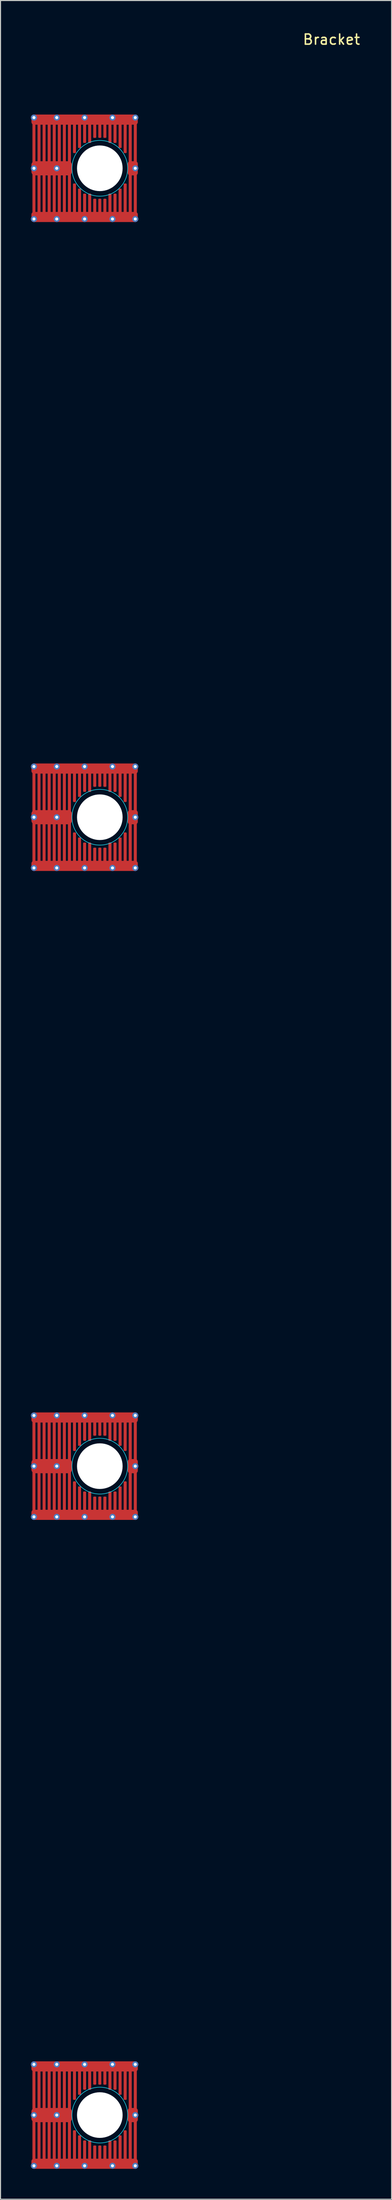
<source format=kicad_pcb>
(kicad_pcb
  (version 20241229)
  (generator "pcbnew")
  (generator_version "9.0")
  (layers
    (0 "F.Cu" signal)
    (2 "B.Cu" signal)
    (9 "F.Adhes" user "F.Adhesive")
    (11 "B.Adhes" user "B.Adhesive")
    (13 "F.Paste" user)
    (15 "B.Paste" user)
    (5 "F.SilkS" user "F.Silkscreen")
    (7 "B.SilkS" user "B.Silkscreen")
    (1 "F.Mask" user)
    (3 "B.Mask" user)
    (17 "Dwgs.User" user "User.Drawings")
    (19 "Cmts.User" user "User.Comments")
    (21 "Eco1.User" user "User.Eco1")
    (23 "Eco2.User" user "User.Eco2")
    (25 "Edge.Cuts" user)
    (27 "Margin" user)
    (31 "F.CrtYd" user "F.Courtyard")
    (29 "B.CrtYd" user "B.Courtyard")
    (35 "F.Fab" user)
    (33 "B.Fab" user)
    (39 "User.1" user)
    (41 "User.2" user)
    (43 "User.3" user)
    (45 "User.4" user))
  (footprint "Bracket"
    (layer "F.Cu")
    (at 6.8 13.548)
    (property "Reference" "Bracket" (at 22.86 -12.7 0) (unlocked yes) (layer "F.SilkS") (effects (font (size 1 1) (thickness 0.15))))
    (attr through_hole)
    (fp_circle (center 0 0) (end 2.75 0) (stroke (width 0.05) (type default)) (fill no) (layer "B.CrtYd"))
    (fp_circle (center 0 64) (end 2.75 64) (stroke (width 0.05) (type default)) (fill no) (layer "B.CrtYd"))
    (fp_circle (center 0 128) (end 2.75 128) (stroke (width 0.05) (type default)) (fill no) (layer "B.CrtYd"))
    (fp_circle (center 0 192) (end 2.75 192) (stroke (width 0.05) (type default)) (fill no) (layer "B.CrtYd"))
    (pad "" np_thru_hole circle (at 0 0) (size 4.5 4.5) (drill 4.5) (layers "*.Cu" "*.Mask"))
    (pad "" np_thru_hole circle (at 0 64) (size 4.5 4.5) (drill 4.5) (layers "*.Cu" "*.Mask"))
    (pad "" np_thru_hole circle (at 0 128) (size 4.5 4.5) (drill 4.5) (layers "*.Cu" "*.Mask"))
    (pad "" np_thru_hole circle (at 0 192) (size 4.5 4.5) (drill 4.5) (layers "*.Cu" "*.Mask"))
    (pad "1" thru_hole circle (at -6.5 -5) (size 0.6 0.6) (drill 0.3) (layers "*.Cu" "*.Mask"))
    (pad "1" smd roundrect (at -6.5 -2.5) (size 0.3 4) (layers "F.Cu" "F.Mask") (roundrect_rratio 0.25))
    (pad "1" thru_hole circle (at -6.5 0) (size 0.6 0.6) (drill 0.3) (layers "*.Cu" "*.Mask"))
    (pad "1" smd roundrect (at -6.5 2.5 180) (size 0.3 4) (layers "F.Cu" "F.Mask") (roundrect_rratio 0.25))
    (pad "1" thru_hole circle (at -6.5 5) (size 0.6 0.6) (drill 0.3) (layers "*.Cu" "*.Mask"))
    (pad "1" thru_hole circle (at -6.5 59) (size 0.6 0.6) (drill 0.3) (layers "*.Cu" "*.Mask"))
    (pad "1" smd roundrect (at -6.5 61.5) (size 0.3 4) (layers "F.Cu" "F.Mask") (roundrect_rratio 0.25))
    (pad "1" thru_hole circle (at -6.5 64) (size 0.6 0.6) (drill 0.3) (layers "*.Cu" "*.Mask"))
    (pad "1" smd roundrect (at -6.5 66.5 180) (size 0.3 4) (layers "F.Cu" "F.Mask") (roundrect_rratio 0.25))
    (pad "1" thru_hole circle (at -6.5 69) (size 0.6 0.6) (drill 0.3) (layers "*.Cu" "*.Mask"))
    (pad "1" thru_hole circle (at -6.5 123) (size 0.6 0.6) (drill 0.3) (layers "*.Cu" "*.Mask"))
    (pad "1" smd roundrect (at -6.5 125.5) (size 0.3 4) (layers "F.Cu" "F.Mask") (roundrect_rratio 0.25))
    (pad "1" thru_hole circle (at -6.5 128) (size 0.6 0.6) (drill 0.3) (layers "*.Cu" "*.Mask"))
    (pad "1" smd roundrect (at -6.5 130.5 180) (size 0.3 4) (layers "F.Cu" "F.Mask") (roundrect_rratio 0.25))
    (pad "1" thru_hole circle (at -6.5 133) (size 0.6 0.6) (drill 0.3) (layers "*.Cu" "*.Mask"))
    (pad "1" thru_hole circle (at -6.5 187) (size 0.6 0.6) (drill 0.3) (layers "*.Cu" "*.Mask"))
    (pad "1" smd roundrect (at -6.5 189.5) (size 0.3 4) (layers "F.Cu" "F.Mask") (roundrect_rratio 0.25))
    (pad "1" thru_hole circle (at -6.5 192) (size 0.6 0.6) (drill 0.3) (layers "*.Cu" "*.Mask"))
    (pad "1" smd roundrect (at -6.5 194.5 180) (size 0.3 4) (layers "F.Cu" "F.Mask") (roundrect_rratio 0.25))
    (pad "1" thru_hole circle (at -6.5 197) (size 0.6 0.6) (drill 0.3) (layers "*.Cu" "*.Mask"))
    (pad "1" smd roundrect (at -6 -2.5) (size 0.3 4) (layers "F.Cu" "F.Mask") (roundrect_rratio 0.25))
    (pad "1" smd roundrect (at -6 2.5 180) (size 0.3 4) (layers "F.Cu" "F.Mask") (roundrect_rratio 0.25))
    (pad "1" smd roundrect (at -6 61.5) (size 0.3 4) (layers "F.Cu" "F.Mask") (roundrect_rratio 0.25))
    (pad "1" smd roundrect (at -6 66.5 180) (size 0.3 4) (layers "F.Cu" "F.Mask") (roundrect_rratio 0.25))
    (pad "1" smd roundrect (at -6 125.5) (size 0.3 4) (layers "F.Cu" "F.Mask") (roundrect_rratio 0.25))
    (pad "1" smd roundrect (at -6 130.5 180) (size 0.3 4) (layers "F.Cu" "F.Mask") (roundrect_rratio 0.25))
    (pad "1" smd roundrect (at -6 189.5) (size 0.3 4) (layers "F.Cu" "F.Mask") (roundrect_rratio 0.25))
    (pad "1" smd roundrect (at -6 194.5 180) (size 0.3 4) (layers "F.Cu" "F.Mask") (roundrect_rratio 0.25))
    (pad "1" smd roundrect (at -5.5 -2.5) (size 0.3 4) (layers "F.Cu" "F.Mask") (roundrect_rratio 0.25))
    (pad "1" smd roundrect (at -5.5 2.5 180) (size 0.3 4) (layers "F.Cu" "F.Mask") (roundrect_rratio 0.25))
    (pad "1" smd roundrect (at -5.5 61.5) (size 0.3 4) (layers "F.Cu" "F.Mask") (roundrect_rratio 0.25))
    (pad "1" smd roundrect (at -5.5 66.5 180) (size 0.3 4) (layers "F.Cu" "F.Mask") (roundrect_rratio 0.25))
    (pad "1" smd roundrect (at -5.5 125.5) (size 0.3 4) (layers "F.Cu" "F.Mask") (roundrect_rratio 0.25))
    (pad "1" smd roundrect (at -5.5 130.5 180) (size 0.3 4) (layers "F.Cu" "F.Mask") (roundrect_rratio 0.25))
    (pad "1" smd roundrect (at -5.5 189.5) (size 0.3 4) (layers "F.Cu" "F.Mask") (roundrect_rratio 0.25))
    (pad "1" smd roundrect (at -5.5 194.5 180) (size 0.3 4) (layers "F.Cu" "F.Mask") (roundrect_rratio 0.25))
    (pad "1" smd roundrect (at -5 -2.5) (size 0.3 4) (layers "F.Cu" "F.Mask") (roundrect_rratio 0.25))
    (pad "1" smd roundrect (at -5 2.5 180) (size 0.3 4) (layers "F.Cu" "F.Mask") (roundrect_rratio 0.25))
    (pad "1" smd roundrect (at -5 61.5) (size 0.3 4) (layers "F.Cu" "F.Mask") (roundrect_rratio 0.25))
    (pad "1" smd roundrect (at -5 66.5 180) (size 0.3 4) (layers "F.Cu" "F.Mask") (roundrect_rratio 0.25))
    (pad "1" smd roundrect (at -5 125.5) (size 0.3 4) (layers "F.Cu" "F.Mask") (roundrect_rratio 0.25))
    (pad "1" smd roundrect (at -5 130.5 180) (size 0.3 4) (layers "F.Cu" "F.Mask") (roundrect_rratio 0.25))
    (pad "1" smd roundrect (at -5 189.5) (size 0.3 4) (layers "F.Cu" "F.Mask") (roundrect_rratio 0.25))
    (pad "1" smd roundrect (at -5 194.5 180) (size 0.3 4) (layers "F.Cu" "F.Mask") (roundrect_rratio 0.25))
    (pad "1" smd roundrect (at -4.75 0 180) (size 4 1.4) (layers "F.Cu") (roundrect_rratio 0.25))
    (pad "1" smd roundrect (at -4.75 64 180) (size 4 1.4) (layers "F.Cu") (roundrect_rratio 0.25))
    (pad "1" smd roundrect (at -4.75 128 180) (size 4 1.4) (layers "F.Cu") (roundrect_rratio 0.25))
    (pad "1" smd roundrect (at -4.75 192 180) (size 4 1.4) (layers "F.Cu") (roundrect_rratio 0.25))
    (pad "1" smd roundrect (at -4.5 -2.5) (size 0.3 4) (layers "F.Cu" "F.Mask") (roundrect_rratio 0.25))
    (pad "1" smd roundrect (at -4.5 2.5 180) (size 0.3 4) (layers "F.Cu" "F.Mask") (roundrect_rratio 0.25))
    (pad "1" smd roundrect (at -4.5 61.5) (size 0.3 4) (layers "F.Cu" "F.Mask") (roundrect_rratio 0.25))
    (pad "1" smd roundrect (at -4.5 66.5 180) (size 0.3 4) (layers "F.Cu" "F.Mask") (roundrect_rratio 0.25))
    (pad "1" smd roundrect (at -4.5 125.5) (size 0.3 4) (layers "F.Cu" "F.Mask") (roundrect_rratio 0.25))
    (pad "1" smd roundrect (at -4.5 130.5 180) (size 0.3 4) (layers "F.Cu" "F.Mask") (roundrect_rratio 0.25))
    (pad "1" smd roundrect (at -4.5 189.5) (size 0.3 4) (layers "F.Cu" "F.Mask") (roundrect_rratio 0.25))
    (pad "1" smd roundrect (at -4.5 194.5 180) (size 0.3 4) (layers "F.Cu" "F.Mask") (roundrect_rratio 0.25))
    (pad "1" thru_hole circle (at -4.25 -5) (size 0.6 0.6) (drill 0.3) (layers "*.Cu" "*.Mask"))
    (pad "1" thru_hole circle (at -4.25 0) (size 0.6 0.6) (drill 0.3) (layers "*.Cu" "*.Mask"))
    (pad "1" thru_hole circle (at -4.25 5) (size 0.6 0.6) (drill 0.3) (layers "*.Cu" "*.Mask"))
    (pad "1" thru_hole circle (at -4.25 59) (size 0.6 0.6) (drill 0.3) (layers "*.Cu" "*.Mask"))
    (pad "1" thru_hole circle (at -4.25 64) (size 0.6 0.6) (drill 0.3) (layers "*.Cu" "*.Mask"))
    (pad "1" thru_hole circle (at -4.25 69) (size 0.6 0.6) (drill 0.3) (layers "*.Cu" "*.Mask"))
    (pad "1" thru_hole circle (at -4.25 123) (size 0.6 0.6) (drill 0.3) (layers "*.Cu" "*.Mask"))
    (pad "1" thru_hole circle (at -4.25 128) (size 0.6 0.6) (drill 0.3) (layers "*.Cu" "*.Mask"))
    (pad "1" thru_hole circle (at -4.25 133) (size 0.6 0.6) (drill 0.3) (layers "*.Cu" "*.Mask"))
    (pad "1" thru_hole circle (at -4.25 187) (size 0.6 0.6) (drill 0.3) (layers "*.Cu" "*.Mask"))
    (pad "1" thru_hole circle (at -4.25 192) (size 0.6 0.6) (drill 0.3) (layers "*.Cu" "*.Mask"))
    (pad "1" thru_hole circle (at -4.25 197) (size 0.6 0.6) (drill 0.3) (layers "*.Cu" "*.Mask"))
    (pad "1" smd roundrect (at -4 -2.5) (size 0.3 4) (layers "F.Cu" "F.Mask") (roundrect_rratio 0.25))
    (pad "1" smd roundrect (at -4 2.5 180) (size 0.3 4) (layers "F.Cu" "F.Mask") (roundrect_rratio 0.25))
    (pad "1" smd roundrect (at -4 61.5) (size 0.3 4) (layers "F.Cu" "F.Mask") (roundrect_rratio 0.25))
    (pad "1" smd roundrect (at -4 66.5 180) (size 0.3 4) (layers "F.Cu" "F.Mask") (roundrect_rratio 0.25))
    (pad "1" smd roundrect (at -4 125.5) (size 0.3 4) (layers "F.Cu" "F.Mask") (roundrect_rratio 0.25))
    (pad "1" smd roundrect (at -4 130.5 180) (size 0.3 4) (layers "F.Cu" "F.Mask") (roundrect_rratio 0.25))
    (pad "1" smd roundrect (at -4 189.5) (size 0.3 4) (layers "F.Cu" "F.Mask") (roundrect_rratio 0.25))
    (pad "1" smd roundrect (at -4 194.5 180) (size 0.3 4) (layers "F.Cu" "F.Mask") (roundrect_rratio 0.25))
    (pad "1" smd roundrect (at -3.5 -2.5) (size 0.3 4) (layers "F.Cu" "F.Mask") (roundrect_rratio 0.25))
    (pad "1" smd roundrect (at -3.5 2.5 180) (size 0.3 4) (layers "F.Cu" "F.Mask") (roundrect_rratio 0.25))
    (pad "1" smd roundrect (at -3.5 61.5) (size 0.3 4) (layers "F.Cu" "F.Mask") (roundrect_rratio 0.25))
    (pad "1" smd roundrect (at -3.5 66.5 180) (size 0.3 4) (layers "F.Cu" "F.Mask") (roundrect_rratio 0.25))
    (pad "1" smd roundrect (at -3.5 125.5) (size 0.3 4) (layers "F.Cu" "F.Mask") (roundrect_rratio 0.25))
    (pad "1" smd roundrect (at -3.5 130.5 180) (size 0.3 4) (layers "F.Cu" "F.Mask") (roundrect_rratio 0.25))
    (pad "1" smd roundrect (at -3.5 189.5) (size 0.3 4) (layers "F.Cu" "F.Mask") (roundrect_rratio 0.25))
    (pad "1" smd roundrect (at -3.5 194.5 180) (size 0.3 4) (layers "F.Cu" "F.Mask") (roundrect_rratio 0.25))
    (pad "1" smd roundrect (at -3 -2.5) (size 0.3 4) (layers "F.Cu" "F.Mask") (roundrect_rratio 0.25))
    (pad "1" smd roundrect (at -3 2.5 180) (size 0.3 4) (layers "F.Cu" "F.Mask") (roundrect_rratio 0.25))
    (pad "1" smd roundrect (at -3 61.5) (size 0.3 4) (layers "F.Cu" "F.Mask") (roundrect_rratio 0.25))
    (pad "1" smd roundrect (at -3 66.5 180) (size 0.3 4) (layers "F.Cu" "F.Mask") (roundrect_rratio 0.25))
    (pad "1" smd roundrect (at -3 125.5) (size 0.3 4) (layers "F.Cu" "F.Mask") (roundrect_rratio 0.25))
    (pad "1" smd roundrect (at -3 130.5 180) (size 0.3 4) (layers "F.Cu" "F.Mask") (roundrect_rratio 0.25))
    (pad "1" smd roundrect (at -3 189.5) (size 0.3 4) (layers "F.Cu" "F.Mask") (roundrect_rratio 0.25))
    (pad "1" smd roundrect (at -3 194.5 180) (size 0.3 4) (layers "F.Cu" "F.Mask") (roundrect_rratio 0.25))
    (pad "1" smd roundrect (at -2.5 -3 180) (size 0.3 3) (layers "F.Cu" "F.Mask") (roundrect_rratio 0.25))
    (pad "1" smd roundrect (at -2.5 3) (size 0.3 3) (layers "F.Cu" "F.Mask") (roundrect_rratio 0.25))
    (pad "1" smd roundrect (at -2.5 61 180) (size 0.3 3) (layers "F.Cu" "F.Mask") (roundrect_rratio 0.25))
    (pad "1" smd roundrect (at -2.5 67) (size 0.3 3) (layers "F.Cu" "F.Mask") (roundrect_rratio 0.25))
    (pad "1" smd roundrect (at -2.5 125 180) (size 0.3 3) (layers "F.Cu" "F.Mask") (roundrect_rratio 0.25))
    (pad "1" smd roundrect (at -2.5 131) (size 0.3 3) (layers "F.Cu" "F.Mask") (roundrect_rratio 0.25))
    (pad "1" smd roundrect (at -2.5 189 180) (size 0.3 3) (layers "F.Cu" "F.Mask") (roundrect_rratio 0.25))
    (pad "1" smd roundrect (at -2.5 195) (size 0.3 3) (layers "F.Cu" "F.Mask") (roundrect_rratio 0.25))
    (pad "1" smd roundrect (at -2 -3.25 180) (size 0.3 2.5) (layers "F.Cu" "F.Mask") (roundrect_rratio 0.25))
    (pad "1" smd roundrect (at -2 3.25) (size 0.3 2.5) (layers "F.Cu" "F.Mask") (roundrect_rratio 0.25))
    (pad "1" smd roundrect (at -2 60.75 180) (size 0.3 2.5) (layers "F.Cu" "F.Mask") (roundrect_rratio 0.25))
    (pad "1" smd roundrect (at -2 67.25) (size 0.3 2.5) (layers "F.Cu" "F.Mask") (roundrect_rratio 0.25))
    (pad "1" smd roundrect (at -2 124.75 180) (size 0.3 2.5) (layers "F.Cu" "F.Mask") (roundrect_rratio 0.25))
    (pad "1" smd roundrect (at -2 131.25) (size 0.3 2.5) (layers "F.Cu" "F.Mask") (roundrect_rratio 0.25))
    (pad "1" smd roundrect (at -2 188.75 180) (size 0.3 2.5) (layers "F.Cu" "F.Mask") (roundrect_rratio 0.25))
    (pad "1" smd roundrect (at -2 195.25) (size 0.3 2.5) (layers "F.Cu" "F.Mask") (roundrect_rratio 0.25))
    (pad "1" thru_hole circle (at -1.5 -5) (size 0.6 0.6) (drill 0.3) (layers "*.Cu" "*.Mask"))
    (pad "1" smd roundrect (at -1.5 -5) (size 10.5 1) (drill (offset 0 0.2)) (layers "F.Cu") (roundrect_rratio 0.25))
    (pad "1" smd roundrect (at -1.5 -3.5 180) (size 0.3 2) (layers "F.Cu" "F.Mask") (roundrect_rratio 0.25))
    (pad "1" smd roundrect (at -1.5 3.5) (size 0.3 2) (layers "F.Cu" "F.Mask") (roundrect_rratio 0.25))
    (pad "1" thru_hole circle (at -1.5 5) (size 0.6 0.6) (drill 0.3) (layers "*.Cu" "*.Mask"))
    (pad "1" smd roundrect (at -1.5 5 180) (size 10.5 1) (drill (offset 0 0.2)) (layers "F.Cu") (roundrect_rratio 0.25))
    (pad "1" thru_hole circle (at -1.5 59) (size 0.6 0.6) (drill 0.3) (layers "*.Cu" "*.Mask"))
    (pad "1" smd roundrect (at -1.5 59) (size 10.5 1) (drill (offset 0 0.2)) (layers "F.Cu") (roundrect_rratio 0.25))
    (pad "1" smd roundrect (at -1.5 60.5 180) (size 0.3 2) (layers "F.Cu" "F.Mask") (roundrect_rratio 0.25))
    (pad "1" smd roundrect (at -1.5 67.5) (size 0.3 2) (layers "F.Cu" "F.Mask") (roundrect_rratio 0.25))
    (pad "1" thru_hole circle (at -1.5 69) (size 0.6 0.6) (drill 0.3) (layers "*.Cu" "*.Mask"))
    (pad "1" smd roundrect (at -1.5 69 180) (size 10.5 1) (drill (offset 0 0.2)) (layers "F.Cu") (roundrect_rratio 0.25))
    (pad "1" thru_hole circle (at -1.5 123) (size 0.6 0.6) (drill 0.3) (layers "*.Cu" "*.Mask"))
    (pad "1" smd roundrect (at -1.5 123) (size 10.5 1) (drill (offset 0 0.2)) (layers "F.Cu") (roundrect_rratio 0.25))
    (pad "1" smd roundrect (at -1.5 124.5 180) (size 0.3 2) (layers "F.Cu" "F.Mask") (roundrect_rratio 0.25))
    (pad "1" smd roundrect (at -1.5 131.5) (size 0.3 2) (layers "F.Cu" "F.Mask") (roundrect_rratio 0.25))
    (pad "1" thru_hole circle (at -1.5 133) (size 0.6 0.6) (drill 0.3) (layers "*.Cu" "*.Mask"))
    (pad "1" smd roundrect (at -1.5 133 180) (size 10.5 1) (drill (offset 0 0.2)) (layers "F.Cu") (roundrect_rratio 0.25))
    (pad "1" thru_hole circle (at -1.5 187) (size 0.6 0.6) (drill 0.3) (layers "*.Cu" "*.Mask"))
    (pad "1" smd roundrect (at -1.5 187) (size 10.5 1) (drill (offset 0 0.2)) (layers "F.Cu") (roundrect_rratio 0.25))
    (pad "1" smd roundrect (at -1.5 188.5 180) (size 0.3 2) (layers "F.Cu" "F.Mask") (roundrect_rratio 0.25))
    (pad "1" smd roundrect (at -1.5 195.5) (size 0.3 2) (layers "F.Cu" "F.Mask") (roundrect_rratio 0.25))
    (pad "1" thru_hole circle (at -1.5 197) (size 0.6 0.6) (drill 0.3) (layers "*.Cu" "*.Mask"))
    (pad "1" smd roundrect (at -1.5 197 180) (size 10.5 1) (drill (offset 0 0.2)) (layers "F.Cu") (roundrect_rratio 0.25))
    (pad "1" smd roundrect (at -1 -3.5 180) (size 0.3 2) (layers "F.Cu" "F.Mask") (roundrect_rratio 0.25))
    (pad "1" smd roundrect (at -1 3.5) (size 0.3 2) (layers "F.Cu" "F.Mask") (roundrect_rratio 0.25))
    (pad "1" smd roundrect (at -1 60.5 180) (size 0.3 2) (layers "F.Cu" "F.Mask") (roundrect_rratio 0.25))
    (pad "1" smd roundrect (at -1 67.5) (size 0.3 2) (layers "F.Cu" "F.Mask") (roundrect_rratio 0.25))
    (pad "1" smd roundrect (at -1 124.5 180) (size 0.3 2) (layers "F.Cu" "F.Mask") (roundrect_rratio 0.25))
    (pad "1" smd roundrect (at -1 131.5) (size 0.3 2) (layers "F.Cu" "F.Mask") (roundrect_rratio 0.25))
    (pad "1" smd roundrect (at -1 188.5 180) (size 0.3 2) (layers "F.Cu" "F.Mask") (roundrect_rratio 0.25))
    (pad "1" smd roundrect (at -1 195.5) (size 0.3 2) (layers "F.Cu" "F.Mask") (roundrect_rratio 0.25))
    (pad "1" smd roundrect (at -0.5 -3.75 180) (size 0.3 1.5) (layers "F.Cu" "F.Mask") (roundrect_rratio 0.25))
    (pad "1" smd roundrect (at -0.5 3.75) (size 0.3 1.5) (layers "F.Cu" "F.Mask") (roundrect_rratio 0.25))
    (pad "1" smd roundrect (at -0.5 60.25 180) (size 0.3 1.5) (layers "F.Cu" "F.Mask") (roundrect_rratio 0.25))
    (pad "1" smd roundrect (at -0.5 67.75) (size 0.3 1.5) (layers "F.Cu" "F.Mask") (roundrect_rratio 0.25))
    (pad "1" smd roundrect (at -0.5 124.25 180) (size 0.3 1.5) (layers "F.Cu" "F.Mask") (roundrect_rratio 0.25))
    (pad "1" smd roundrect (at -0.5 131.75) (size 0.3 1.5) (layers "F.Cu" "F.Mask") (roundrect_rratio 0.25))
    (pad "1" smd roundrect (at -0.5 188.25 180) (size 0.3 1.5) (layers "F.Cu" "F.Mask") (roundrect_rratio 0.25))
    (pad "1" smd roundrect (at -0.5 195.75) (size 0.3 1.5) (layers "F.Cu" "F.Mask") (roundrect_rratio 0.25))
    (pad "1" smd roundrect (at 0 -3.75 180) (size 0.3 1.5) (layers "F.Cu" "F.Mask") (roundrect_rratio 0.25))
    (pad "1" smd roundrect (at 0 3.75) (size 0.3 1.5) (layers "F.Cu" "F.Mask") (roundrect_rratio 0.25))
    (pad "1" smd roundrect (at 0 60.25 180) (size 0.3 1.5) (layers "F.Cu" "F.Mask") (roundrect_rratio 0.25))
    (pad "1" smd roundrect (at 0 67.75) (size 0.3 1.5) (layers "F.Cu" "F.Mask") (roundrect_rratio 0.25))
    (pad "1" smd roundrect (at 0 124.25 180) (size 0.3 1.5) (layers "F.Cu" "F.Mask") (roundrect_rratio 0.25))
    (pad "1" smd roundrect (at 0 131.75) (size 0.3 1.5) (layers "F.Cu" "F.Mask") (roundrect_rratio 0.25))
    (pad "1" smd roundrect (at 0 188.25 180) (size 0.3 1.5) (layers "F.Cu" "F.Mask") (roundrect_rratio 0.25))
    (pad "1" smd roundrect (at 0 195.75) (size 0.3 1.5) (layers "F.Cu" "F.Mask") (roundrect_rratio 0.25))
    (pad "1" smd roundrect (at 0.5 -3.75 180) (size 0.3 1.5) (layers "F.Cu" "F.Mask") (roundrect_rratio 0.25))
    (pad "1" smd roundrect (at 0.5 3.75) (size 0.3 1.5) (layers "F.Cu" "F.Mask") (roundrect_rratio 0.25))
    (pad "1" smd roundrect (at 0.5 60.25 180) (size 0.3 1.5) (layers "F.Cu" "F.Mask") (roundrect_rratio 0.25))
    (pad "1" smd roundrect (at 0.5 67.75) (size 0.3 1.5) (layers "F.Cu" "F.Mask") (roundrect_rratio 0.25))
    (pad "1" smd roundrect (at 0.5 124.25 180) (size 0.3 1.5) (layers "F.Cu" "F.Mask") (roundrect_rratio 0.25))
    (pad "1" smd roundrect (at 0.5 131.75) (size 0.3 1.5) (layers "F.Cu" "F.Mask") (roundrect_rratio 0.25))
    (pad "1" smd roundrect (at 0.5 188.25 180) (size 0.3 1.5) (layers "F.Cu" "F.Mask") (roundrect_rratio 0.25))
    (pad "1" smd roundrect (at 0.5 195.75) (size 0.3 1.5) (layers "F.Cu" "F.Mask") (roundrect_rratio 0.25))
    (pad "1" smd roundrect (at 1 -3.5 180) (size 0.3 2) (layers "F.Cu" "F.Mask") (roundrect_rratio 0.25))
    (pad "1" smd roundrect (at 1 3.5) (size 0.3 2) (layers "F.Cu" "F.Mask") (roundrect_rratio 0.25))
    (pad "1" smd roundrect (at 1 60.5 180) (size 0.3 2) (layers "F.Cu" "F.Mask") (roundrect_rratio 0.25))
    (pad "1" smd roundrect (at 1 67.5) (size 0.3 2) (layers "F.Cu" "F.Mask") (roundrect_rratio 0.25))
    (pad "1" smd roundrect (at 1 124.5 180) (size 0.3 2) (layers "F.Cu" "F.Mask") (roundrect_rratio 0.25))
    (pad "1" smd roundrect (at 1 131.5) (size 0.3 2) (layers "F.Cu" "F.Mask") (roundrect_rratio 0.25))
    (pad "1" smd roundrect (at 1 188.5 180) (size 0.3 2) (layers "F.Cu" "F.Mask") (roundrect_rratio 0.25))
    (pad "1" smd roundrect (at 1 195.5) (size 0.3 2) (layers "F.Cu" "F.Mask") (roundrect_rratio 0.25))
    (pad "1" thru_hole circle (at 1.25 -5) (size 0.6 0.6) (drill 0.3) (layers "*.Cu" "*.Mask"))
    (pad "1" thru_hole circle (at 1.25 5) (size 0.6 0.6) (drill 0.3) (layers "*.Cu" "*.Mask"))
    (pad "1" thru_hole circle (at 1.25 59) (size 0.6 0.6) (drill 0.3) (layers "*.Cu" "*.Mask"))
    (pad "1" thru_hole circle (at 1.25 69) (size 0.6 0.6) (drill 0.3) (layers "*.Cu" "*.Mask"))
    (pad "1" thru_hole circle (at 1.25 123) (size 0.6 0.6) (drill 0.3) (layers "*.Cu" "*.Mask"))
    (pad "1" thru_hole circle (at 1.25 133) (size 0.6 0.6) (drill 0.3) (layers "*.Cu" "*.Mask"))
    (pad "1" thru_hole circle (at 1.25 187) (size 0.6 0.6) (drill 0.3) (layers "*.Cu" "*.Mask"))
    (pad "1" thru_hole circle (at 1.25 197) (size 0.6 0.6) (drill 0.3) (layers "*.Cu" "*.Mask"))
    (pad "1" smd roundrect (at 1.5 -3.5 180) (size 0.3 2) (layers "F.Cu" "F.Mask") (roundrect_rratio 0.25))
    (pad "1" smd roundrect (at 1.5 3.5) (size 0.3 2) (layers "F.Cu" "F.Mask") (roundrect_rratio 0.25))
    (pad "1" smd roundrect (at 1.5 60.5 180) (size 0.3 2) (layers "F.Cu" "F.Mask") (roundrect_rratio 0.25))
    (pad "1" smd roundrect (at 1.5 67.5) (size 0.3 2) (layers "F.Cu" "F.Mask") (roundrect_rratio 0.25))
    (pad "1" smd roundrect (at 1.5 124.5 180) (size 0.3 2) (layers "F.Cu" "F.Mask") (roundrect_rratio 0.25))
    (pad "1" smd roundrect (at 1.5 131.5) (size 0.3 2) (layers "F.Cu" "F.Mask") (roundrect_rratio 0.25))
    (pad "1" smd roundrect (at 1.5 188.5 180) (size 0.3 2) (layers "F.Cu" "F.Mask") (roundrect_rratio 0.25))
    (pad "1" smd roundrect (at 1.5 195.5) (size 0.3 2) (layers "F.Cu" "F.Mask") (roundrect_rratio 0.25))
    (pad "1" smd roundrect (at 2 -3.25 180) (size 0.3 2.5) (layers "F.Cu" "F.Mask") (roundrect_rratio 0.25))
    (pad "1" smd roundrect (at 2 3.25) (size 0.3 2.5) (layers "F.Cu" "F.Mask") (roundrect_rratio 0.25))
    (pad "1" smd roundrect (at 2 60.75 180) (size 0.3 2.5) (layers "F.Cu" "F.Mask") (roundrect_rratio 0.25))
    (pad "1" smd roundrect (at 2 67.25) (size 0.3 2.5) (layers "F.Cu" "F.Mask") (roundrect_rratio 0.25))
    (pad "1" smd roundrect (at 2 124.75 180) (size 0.3 2.5) (layers "F.Cu" "F.Mask") (roundrect_rratio 0.25))
    (pad "1" smd roundrect (at 2 131.25) (size 0.3 2.5) (layers "F.Cu" "F.Mask") (roundrect_rratio 0.25))
    (pad "1" smd roundrect (at 2 188.75 180) (size 0.3 2.5) (layers "F.Cu" "F.Mask") (roundrect_rratio 0.25))
    (pad "1" smd roundrect (at 2 195.25) (size 0.3 2.5) (layers "F.Cu" "F.Mask") (roundrect_rratio 0.25))
    (pad "1" smd roundrect (at 2.5 -3 180) (size 0.3 3) (layers "F.Cu" "F.Mask") (roundrect_rratio 0.25))
    (pad "1" smd roundrect (at 2.5 3) (size 0.3 3) (layers "F.Cu" "F.Mask") (roundrect_rratio 0.25))
    (pad "1" smd roundrect (at 2.5 61 180) (size 0.3 3) (layers "F.Cu" "F.Mask") (roundrect_rratio 0.25))
    (pad "1" smd roundrect (at 2.5 67) (size 0.3 3) (layers "F.Cu" "F.Mask") (roundrect_rratio 0.25))
    (pad "1" smd roundrect (at 2.5 125 180) (size 0.3 3) (layers "F.Cu" "F.Mask") (roundrect_rratio 0.25))
    (pad "1" smd roundrect (at 2.5 131) (size 0.3 3) (layers "F.Cu" "F.Mask") (roundrect_rratio 0.25))
    (pad "1" smd roundrect (at 2.5 189 180) (size 0.3 3) (layers "F.Cu" "F.Mask") (roundrect_rratio 0.25))
    (pad "1" smd roundrect (at 2.5 195) (size 0.3 3) (layers "F.Cu" "F.Mask") (roundrect_rratio 0.25))
    (pad "1" smd roundrect (at 3 -2.5) (size 0.3 4) (layers "F.Cu" "F.Mask") (roundrect_rratio 0.25))
    (pad "1" smd roundrect (at 3 2.5 180) (size 0.3 4) (layers "F.Cu" "F.Mask") (roundrect_rratio 0.25))
    (pad "1" smd roundrect (at 3 61.5) (size 0.3 4) (layers "F.Cu" "F.Mask") (roundrect_rratio 0.25))
    (pad "1" smd roundrect (at 3 66.5 180) (size 0.3 4) (layers "F.Cu" "F.Mask") (roundrect_rratio 0.25))
    (pad "1" smd roundrect (at 3 125.5) (size 0.3 4) (layers "F.Cu" "F.Mask") (roundrect_rratio 0.25))
    (pad "1" smd roundrect (at 3 130.5 180) (size 0.3 4) (layers "F.Cu" "F.Mask") (roundrect_rratio 0.25))
    (pad "1" smd roundrect (at 3 189.5) (size 0.3 4) (layers "F.Cu" "F.Mask") (roundrect_rratio 0.25))
    (pad "1" smd roundrect (at 3 194.5 180) (size 0.3 4) (layers "F.Cu" "F.Mask") (roundrect_rratio 0.25))
    (pad "1" smd roundrect (at 3.25 0 180) (size 1 1.4) (layers "F.Cu") (roundrect_rratio 0.25))
    (pad "1" smd roundrect (at 3.25 64 180) (size 1 1.4) (layers "F.Cu") (roundrect_rratio 0.25))
    (pad "1" smd roundrect (at 3.25 128 180) (size 1 1.4) (layers "F.Cu") (roundrect_rratio 0.25))
    (pad "1" smd roundrect (at 3.25 192 180) (size 1 1.4) (layers "F.Cu") (roundrect_rratio 0.25))
    (pad "1" thru_hole circle (at 3.5 -5) (size 0.6 0.6) (drill 0.3) (layers "*.Cu" "*.Mask"))
    (pad "1" smd roundrect (at 3.5 -2.5) (size 0.3 4) (layers "F.Cu" "F.Mask") (roundrect_rratio 0.25))
    (pad "1" thru_hole circle (at 3.5 0) (size 0.6 0.6) (drill 0.3) (layers "*.Cu" "*.Mask"))
    (pad "1" smd roundrect (at 3.5 2.5 180) (size 0.3 4) (layers "F.Cu" "F.Mask") (roundrect_rratio 0.25))
    (pad "1" thru_hole circle (at 3.5 5) (size 0.6 0.6) (drill 0.3) (layers "*.Cu" "*.Mask"))
    (pad "1" thru_hole circle (at 3.5 59) (size 0.6 0.6) (drill 0.3) (layers "*.Cu" "*.Mask"))
    (pad "1" smd roundrect (at 3.5 61.5) (size 0.3 4) (layers "F.Cu" "F.Mask") (roundrect_rratio 0.25))
    (pad "1" thru_hole circle (at 3.5 64) (size 0.6 0.6) (drill 0.3) (layers "*.Cu" "*.Mask"))
    (pad "1" smd roundrect (at 3.5 66.5 180) (size 0.3 4) (layers "F.Cu" "F.Mask") (roundrect_rratio 0.25))
    (pad "1" thru_hole circle (at 3.5 69) (size 0.6 0.6) (drill 0.3) (layers "*.Cu" "*.Mask"))
    (pad "1" thru_hole circle (at 3.5 123) (size 0.6 0.6) (drill 0.3) (layers "*.Cu" "*.Mask"))
    (pad "1" smd roundrect (at 3.5 125.5) (size 0.3 4) (layers "F.Cu" "F.Mask") (roundrect_rratio 0.25))
    (pad "1" thru_hole circle (at 3.5 128) (size 0.6 0.6) (drill 0.3) (layers "*.Cu" "*.Mask"))
    (pad "1" smd roundrect (at 3.5 130.5 180) (size 0.3 4) (layers "F.Cu" "F.Mask") (roundrect_rratio 0.25))
    (pad "1" thru_hole circle (at 3.5 133) (size 0.6 0.6) (drill 0.3) (layers "*.Cu" "*.Mask"))
    (pad "1" thru_hole circle (at 3.5 187) (size 0.6 0.6) (drill 0.3) (layers "*.Cu" "*.Mask"))
    (pad "1" smd roundrect (at 3.5 189.5) (size 0.3 4) (layers "F.Cu" "F.Mask") (roundrect_rratio 0.25))
    (pad "1" thru_hole circle (at 3.5 192) (size 0.6 0.6) (drill 0.3) (layers "*.Cu" "*.Mask"))
    (pad "1" smd roundrect (at 3.5 194.5 180) (size 0.3 4) (layers "F.Cu" "F.Mask") (roundrect_rratio 0.25))
    (pad "1" thru_hole circle (at 3.5 197) (size 0.6 0.6) (drill 0.3) (layers "*.Cu" "*.Mask")))
  (gr_rect
    (start -3 -3)
    (end 35.595 213.848)
    (stroke (width 0.1) (type default))
    (fill no)
    (layer "Edge.Cuts")))
</source>
